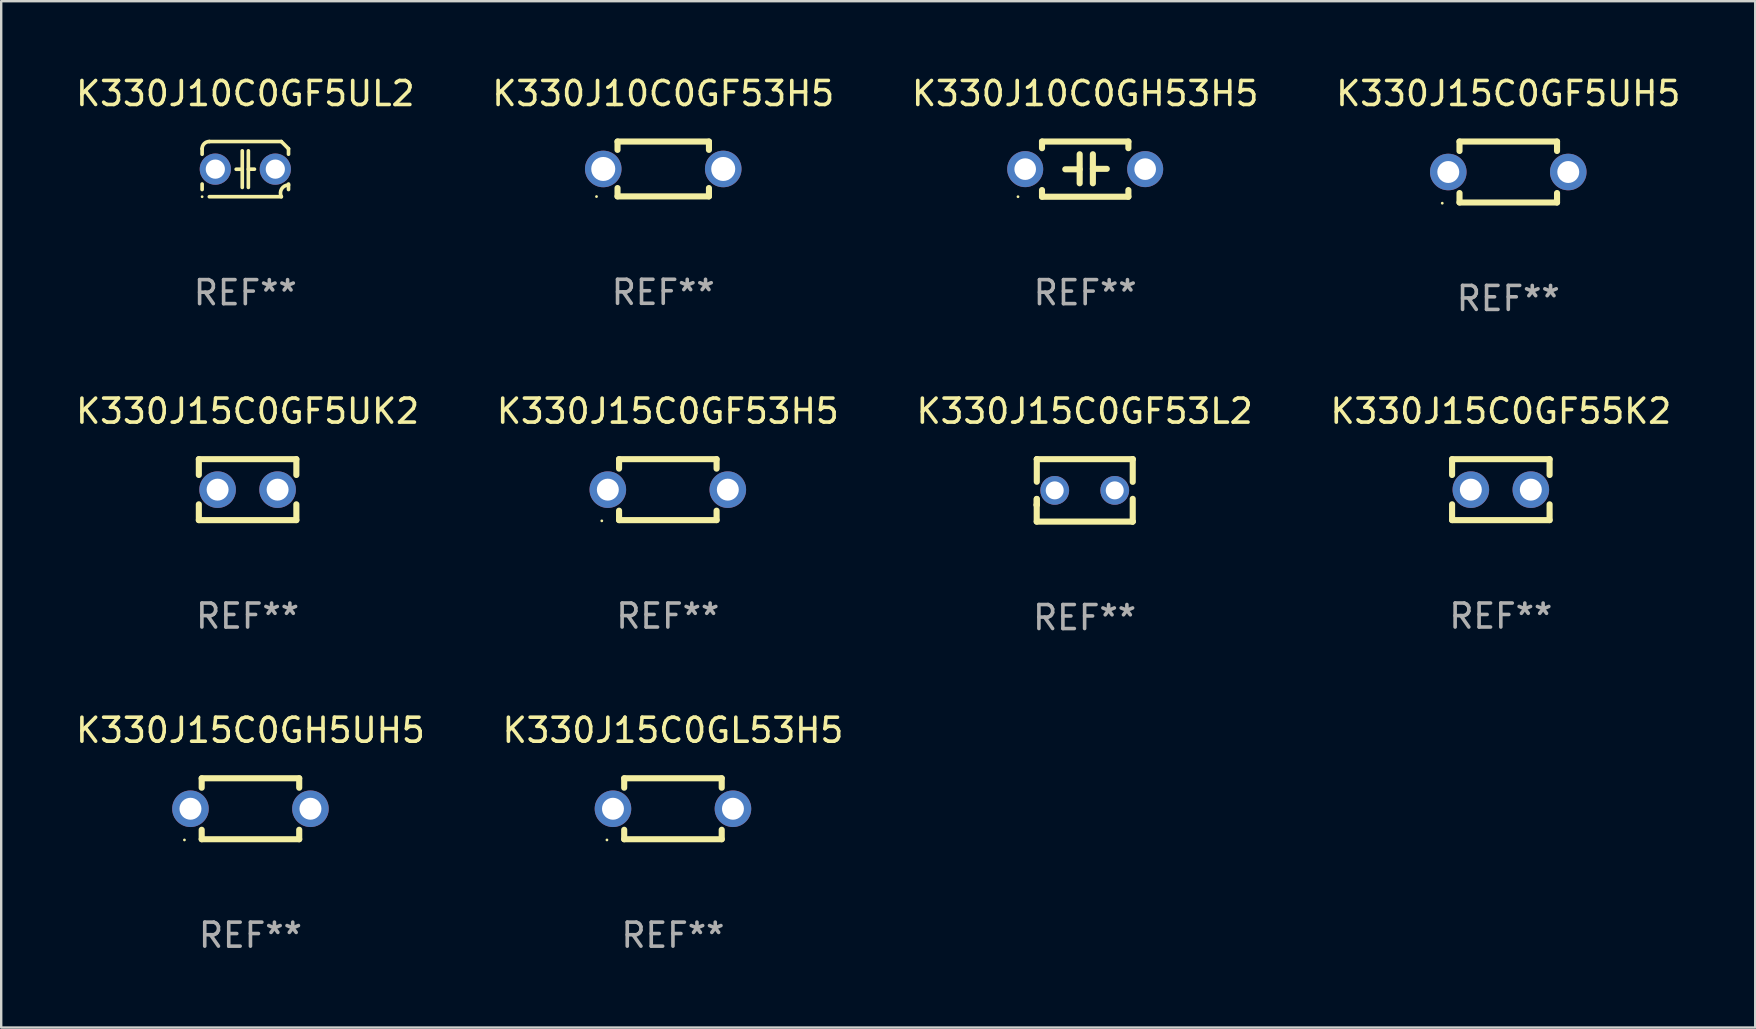
<source format=kicad_pcb>
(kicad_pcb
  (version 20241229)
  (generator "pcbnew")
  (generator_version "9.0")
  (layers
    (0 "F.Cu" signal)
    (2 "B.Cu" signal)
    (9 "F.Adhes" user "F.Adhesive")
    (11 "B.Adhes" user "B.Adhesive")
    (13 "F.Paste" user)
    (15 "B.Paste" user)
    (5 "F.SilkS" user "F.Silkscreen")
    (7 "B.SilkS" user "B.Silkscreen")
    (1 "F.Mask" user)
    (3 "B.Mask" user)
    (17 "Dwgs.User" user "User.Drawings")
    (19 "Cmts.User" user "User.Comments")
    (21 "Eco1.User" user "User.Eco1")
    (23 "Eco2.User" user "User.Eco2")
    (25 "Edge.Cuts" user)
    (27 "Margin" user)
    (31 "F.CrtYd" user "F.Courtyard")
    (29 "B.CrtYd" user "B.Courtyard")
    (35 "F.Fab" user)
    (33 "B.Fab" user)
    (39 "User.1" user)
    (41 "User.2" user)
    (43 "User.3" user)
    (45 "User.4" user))
  (footprint "K330J15C0GF5UK2"
    (layer "F.Cu")
    (at 7.268 17.355)
    (property "Reference" "K330J15C0GF5UK2" (at 0 -3.27 0) (layer "F.SilkS") (effects (font (size 1 1) (thickness 0.15))))
    (attr through_hole)
    (fp_line (start -2.032 -1.27) (end -2.032 -0.611) (stroke (width 0.254) (type solid)) (layer "F.SilkS"))
    (fp_line (start -2.032 0.611) (end -2.032 1.27) (stroke (width 0.254) (type solid)) (layer "F.SilkS"))
    (fp_line (start -2.032 1.27) (end 2.032 1.27) (stroke (width 0.254) (type solid)) (layer "F.SilkS"))
    (fp_line (start 2.032 -1.27) (end -2.032 -1.27) (stroke (width 0.254) (type solid)) (layer "F.SilkS"))
    (fp_line (start 2.032 -0.611) (end 2.032 -1.27) (stroke (width 0.254) (type solid)) (layer "F.SilkS"))
    (fp_line (start 2.032 1.27) (end 2.032 0.611) (stroke (width 0.254) (type solid)) (layer "F.SilkS"))
    (fp_circle (center -2 1.3) (end -1.97 1.3) (stroke (width 0.06) (type solid)) (fill no) (layer "F.SilkS"))
    (fp_text user "REF**" (at 0 5.27 0) (layer "F.Fab") (effects (font (size 1 1) (thickness 0.15))))
    (pad "1" thru_hole circle (at -1.25 0) (size 1.524 1.524) (drill 0.914) (layers "*.Cu" "*.Mask"))
    (pad "2" thru_hole circle (at 1.25 0) (size 1.524 1.524) (drill 0.914) (layers "*.Cu" "*.Mask")))
  (footprint "K330J15C0GF53L2"
    (layer "F.Cu")
    (at 42.149 17.386)
    (property "Reference" "K330J15C0GF53L2" (at 0 -3.301 0) (layer "F.SilkS") (effects (font (size 1 1) (thickness 0.15))))
    (attr through_hole)
    (fp_line (start -1.996 0.354) (end -1.996 1.301) (stroke (width 0.254) (type solid)) (layer "F.SilkS"))
    (fp_line (start -1.996 1.301) (end 2.002 1.301) (stroke (width 0.254) (type solid)) (layer "F.SilkS"))
    (fp_line (start -1.993 -1.299) (end -1.993 -0.36) (stroke (width 0.254) (type solid)) (layer "F.SilkS"))
    (fp_line (start -1.993 0.358) (end -1.993 0.599) (stroke (width 0.254) (type solid)) (layer "F.SilkS"))
    (fp_line (start -1.993 0.599) (end -2.005 0.61) (stroke (width 0.254) (type solid)) (layer "F.SilkS"))
    (fp_line (start -1.992 -1.301) (end -1.993 -1.299) (stroke (width 0.254) (type solid)) (layer "F.SilkS"))
    (fp_line (start 2.002 1.301) (end 2.005 1.298) (stroke (width 0.254) (type solid)) (layer "F.SilkS"))
    (fp_line (start 2.003 -1.301) (end -1.992 -1.301) (stroke (width 0.254) (type solid)) (layer "F.SilkS"))
    (fp_line (start 2.005 -1.299) (end 2.003 -1.301) (stroke (width 0.254) (type solid)) (layer "F.SilkS"))
    (fp_line (start 2.005 -0.355) (end 2.005 -1.299) (stroke (width 0.254) (type solid)) (layer "F.SilkS"))
    (fp_line (start 2.005 1.298) (end 2.005 0.352) (stroke (width 0.254) (type solid)) (layer "F.SilkS"))
    (fp_circle (center -1.996 1.299) (end -1.966 1.299) (stroke (width 0.06) (type solid)) (fill no) (layer "F.SilkS"))
    (fp_text user "REF**" (at 0 5.301 0) (layer "F.Fab") (effects (font (size 1 1) (thickness 0.15))))
    (pad "1" thru_hole circle (at -1.246 -0.001) (size 1.2 1.2) (drill 0.75) (layers "*.Cu" "*.Mask"))
    (pad "2" thru_hole circle (at 1.255 -0.001) (size 1.2 1.2) (drill 0.75) (layers "*.Cu" "*.Mask")))
  (footprint "K330J10C0GF53H5"
    (layer "F.Cu")
    (at 24.589 3.991)
    (property "Reference" "K330J10C0GF53H5" (at 0 -3.143 0) (layer "F.SilkS") (effects (font (size 1 1) (thickness 0.15))))
    (attr through_hole)
    (fp_line (start -1.905 -1.143) (end 1.905 -1.143) (stroke (width 0.254) (type solid)) (layer "F.SilkS"))
    (fp_line (start -1.905 -0.795) (end -1.905 -1.143) (stroke (width 0.254) (type solid)) (layer "F.SilkS"))
    (fp_line (start -1.905 1.143) (end -1.905 0.795) (stroke (width 0.254) (type solid)) (layer "F.SilkS"))
    (fp_line (start 1.905 -1.143) (end 1.905 -0.795) (stroke (width 0.254) (type solid)) (layer "F.SilkS"))
    (fp_line (start 1.905 0.795) (end 1.905 1.143) (stroke (width 0.254) (type solid)) (layer "F.SilkS"))
    (fp_line (start 1.905 1.143) (end -1.905 1.143) (stroke (width 0.254) (type solid)) (layer "F.SilkS"))
    (fp_circle (center -2.781 1.15) (end -2.751 1.15) (stroke (width 0.06) (type solid)) (fill no) (layer "F.SilkS"))
    (fp_text user "REF**" (at 0 5.143 0) (layer "F.Fab") (effects (font (size 1 1) (thickness 0.15))))
    (pad "1" thru_hole circle (at -2.5 0) (size 1.524 1.524) (drill 1) (layers "*.Cu" "*.Mask"))
    (pad "2" thru_hole circle (at 2.5 0) (size 1.524 1.524) (drill 1) (layers "*.Cu" "*.Mask")))
  (footprint "K330J10C0GF5UL2"
    (layer "F.Cu")
    (at 7.173 3.998)
    (property "Reference" "K330J10C0GF5UL2" (at 0 -3.15 0) (layer "F.SilkS") (effects (font (size 1 1) (thickness 0.15))))
    (attr through_hole)
    (fp_line (start -1.8 -0.621) (end -1.8 -0.85) (stroke (width 0.152) (type solid)) (layer "F.SilkS"))
    (fp_line (start -1.8 0.85) (end -1.8 0.621) (stroke (width 0.152) (type solid)) (layer "F.SilkS"))
    (fp_line (start -1.5 -1.15) (end 1.5 -1.15) (stroke (width 0.152) (type solid)) (layer "F.SilkS"))
    (fp_line (start -0.127 -0.762) (end -0.127 0.762) (stroke (width 0.152) (type solid)) (layer "F.SilkS"))
    (fp_line (start -0.127 0.005) (end -0.381 0.005) (stroke (width 0.152) (type solid)) (layer "F.SilkS"))
    (fp_line (start 0.127 -0.762) (end 0.127 0.762) (stroke (width 0.152) (type solid)) (layer "F.SilkS"))
    (fp_line (start 0.127 0.002) (end 0.381 0.002) (stroke (width 0.152) (type solid)) (layer "F.SilkS"))
    (fp_line (start 1.5 1.15) (end -1.5 1.15) (stroke (width 0.152) (type solid)) (layer "F.SilkS"))
    (fp_line (start 1.8 -0.85) (end 1.8 -0.621) (stroke (width 0.152) (type solid)) (layer "F.SilkS"))
    (fp_line (start 1.8 0.621) (end 1.8 0.85) (stroke (width 0.152) (type solid)) (layer "F.SilkS"))
    (fp_arc (start -1.799975 -0.849987) (mid -1.712107 -1.062119) (end -1.499975 -1.149987) (stroke (width 0.151994) (type solid)) (layer "F.SilkS"))
    (fp_arc (start 1.499975 1.149987) (mid 1.513726 0.822359) (end 1.799975 0.662387) (stroke (width 0.151994) (type solid)) (layer "F.SilkS"))
    (fp_arc (start 1.500001 -1.149986) (mid 1.650015 -1.000001) (end 1.8 -0.849987) (stroke (width 0.151994) (type solid)) (layer "F.SilkS"))
    (fp_circle (center -1.8 1.15) (end -1.77 1.15) (stroke (width 0.06) (type solid)) (fill no) (layer "F.SilkS"))
    (fp_text user "REF**" (at 0 5.15 0) (layer "F.Fab") (effects (font (size 1 1) (thickness 0.15))))
    (pad "1" thru_hole circle (at -1.25 0) (size 1.3 1.3) (drill 0.8) (layers "*.Cu" "*.Mask"))
    (pad "2" thru_hole circle (at 1.25 0) (size 1.3 1.3) (drill 0.8) (layers "*.Cu" "*.Mask")))
  (footprint "K330J15C0GF55K2"
    (layer "F.Cu")
    (at 59.494 17.355)
    (property "Reference" "K330J15C0GF55K2" (at 0 -3.27 0) (layer "F.SilkS") (effects (font (size 1 1) (thickness 0.15))))
    (attr through_hole)
    (fp_line (start -2.032 -1.27) (end -2.032 -0.611) (stroke (width 0.254) (type solid)) (layer "F.SilkS"))
    (fp_line (start -2.032 0.611) (end -2.032 1.27) (stroke (width 0.254) (type solid)) (layer "F.SilkS"))
    (fp_line (start -2.032 1.27) (end 2.032 1.27) (stroke (width 0.254) (type solid)) (layer "F.SilkS"))
    (fp_line (start 2.032 -1.27) (end -2.032 -1.27) (stroke (width 0.254) (type solid)) (layer "F.SilkS"))
    (fp_line (start 2.032 -0.611) (end 2.032 -1.27) (stroke (width 0.254) (type solid)) (layer "F.SilkS"))
    (fp_line (start 2.032 1.27) (end 2.032 0.611) (stroke (width 0.254) (type solid)) (layer "F.SilkS"))
    (fp_circle (center -2 1.3) (end -1.97 1.3) (stroke (width 0.06) (type solid)) (fill no) (layer "F.SilkS"))
    (fp_text user "REF**" (at 0 5.27 0) (layer "F.Fab") (effects (font (size 1 1) (thickness 0.15))))
    (pad "1" thru_hole circle (at -1.25 0) (size 1.524 1.524) (drill 0.914) (layers "*.Cu" "*.Mask"))
    (pad "2" thru_hole circle (at 1.25 0) (size 1.524 1.524) (drill 0.914) (layers "*.Cu" "*.Mask")))
  (footprint "K330J15C0GF53H5"
    (layer "F.Cu")
    (at 24.78 17.355)
    (property "Reference" "K330J15C0GF53H5" (at 0 -3.27 0) (layer "F.SilkS") (effects (font (size 1 1) (thickness 0.15))))
    (attr through_hole)
    (fp_line (start -2.032 -1.27) (end -2.032 -0.876) (stroke (width 0.254) (type solid)) (layer "F.SilkS"))
    (fp_line (start -2.032 0.876) (end -2.032 1.27) (stroke (width 0.254) (type solid)) (layer "F.SilkS"))
    (fp_line (start -2.032 1.27) (end 2.032 1.27) (stroke (width 0.254) (type solid)) (layer "F.SilkS"))
    (fp_line (start 2.032 -1.27) (end -2.032 -1.27) (stroke (width 0.254) (type solid)) (layer "F.SilkS"))
    (fp_line (start 2.032 -0.876) (end 2.032 -1.27) (stroke (width 0.254) (type solid)) (layer "F.SilkS"))
    (fp_line (start 2.032 1.27) (end 2.032 0.876) (stroke (width 0.254) (type solid)) (layer "F.SilkS"))
    (fp_circle (center -2.751 1.3) (end -2.721 1.3) (stroke (width 0.06) (type solid)) (fill no) (layer "F.SilkS"))
    (fp_text user "REF**" (at 0 5.27 0) (layer "F.Fab") (effects (font (size 1 1) (thickness 0.15))))
    (pad "1" thru_hole circle (at -2.5 0) (size 1.524 1.524) (drill 0.914) (layers "*.Cu" "*.Mask"))
    (pad "2" thru_hole circle (at 2.5 0) (size 1.524 1.524) (drill 0.914) (layers "*.Cu" "*.Mask")))
  (footprint "K330J10C0GH53H5"
    (layer "F.Cu")
    (at 42.173 3.998)
    (property "Reference" "K330J10C0GH53H5" (at 0 -3.15 0) (layer "F.SilkS") (effects (font (size 1 1) (thickness 0.15))))
    (attr through_hole)
    (fp_line (start -1.8 -1.15) (end -1.8 -0.872) (stroke (width 0.254) (type solid)) (layer "F.SilkS"))
    (fp_line (start -1.8 -1.15) (end 1.8 -1.15) (stroke (width 0.254) (type solid)) (layer "F.SilkS"))
    (fp_line (start -1.8 0.872) (end -1.8 1.15) (stroke (width 0.254) (type solid)) (layer "F.SilkS"))
    (fp_line (start -1.8 1.15) (end 1.8 1.15) (stroke (width 0.254) (type solid)) (layer "F.SilkS"))
    (fp_line (start -0.23 -0.62) (end -0.23 0.59) (stroke (width 0.254) (type solid)) (layer "F.SilkS"))
    (fp_line (start -0.23 0.007) (end -0.83 0.007) (stroke (width 0.254) (type solid)) (layer "F.SilkS"))
    (fp_line (start 0.32 -0.62) (end 0.32 0.59) (stroke (width 0.254) (type solid)) (layer "F.SilkS"))
    (fp_line (start 0.32 -0.012) (end 0.9 -0.012) (stroke (width 0.254) (type solid)) (layer "F.SilkS"))
    (fp_line (start 1.8 -1.15) (end 1.8 -0.872) (stroke (width 0.254) (type solid)) (layer "F.SilkS"))
    (fp_line (start 1.8 0.872) (end 1.8 1.15) (stroke (width 0.254) (type solid)) (layer "F.SilkS"))
    (fp_circle (center -2.8 1.15) (end -2.77 1.15) (stroke (width 0.06) (type solid)) (fill no) (layer "F.SilkS"))
    (fp_text user "REF**" (at 0 5.15 0) (layer "F.Fab") (effects (font (size 1 1) (thickness 0.15))))
    (pad "1" thru_hole circle (at -2.5 0) (size 1.5 1.5) (drill 0.9) (layers "*.Cu" "*.Mask"))
    (pad "2" thru_hole circle (at 2.5 0) (size 1.5 1.5) (drill 0.9) (layers "*.Cu" "*.Mask")))
  (footprint "K330J15C0GL53H5"
    (layer "F.Cu")
    (at 24.994 30.653)
    (property "Reference" "K330J15C0GL53H5" (at 0 -3.27 0) (layer "F.SilkS") (effects (font (size 1 1) (thickness 0.15))))
    (attr through_hole)
    (fp_line (start -2.032 -1.27) (end -2.032 -0.876) (stroke (width 0.254) (type solid)) (layer "F.SilkS"))
    (fp_line (start -2.032 0.876) (end -2.032 1.27) (stroke (width 0.254) (type solid)) (layer "F.SilkS"))
    (fp_line (start -2.032 1.27) (end 2.032 1.27) (stroke (width 0.254) (type solid)) (layer "F.SilkS"))
    (fp_line (start 2.032 -1.27) (end -2.032 -1.27) (stroke (width 0.254) (type solid)) (layer "F.SilkS"))
    (fp_line (start 2.032 -0.876) (end 2.032 -1.27) (stroke (width 0.254) (type solid)) (layer "F.SilkS"))
    (fp_line (start 2.032 1.27) (end 2.032 0.876) (stroke (width 0.254) (type solid)) (layer "F.SilkS"))
    (fp_circle (center -2.751 1.3) (end -2.721 1.3) (stroke (width 0.06) (type solid)) (fill no) (layer "F.SilkS"))
    (fp_text user "REF**" (at 0 5.27 0) (layer "F.Fab") (effects (font (size 1 1) (thickness 0.15))))
    (pad "1" thru_hole circle (at -2.5 0) (size 1.524 1.524) (drill 0.914) (layers "*.Cu" "*.Mask"))
    (pad "2" thru_hole circle (at 2.5 0) (size 1.524 1.524) (drill 0.914) (layers "*.Cu" "*.Mask")))
  (footprint "K330J15C0GH5UH5"
    (layer "F.Cu")
    (at 7.387 30.653)
    (property "Reference" "K330J15C0GH5UH5" (at 0 -3.27 0) (layer "F.SilkS") (effects (font (size 1 1) (thickness 0.15))))
    (attr through_hole)
    (fp_line (start -2.032 -1.27) (end -2.032 -0.876) (stroke (width 0.254) (type solid)) (layer "F.SilkS"))
    (fp_line (start -2.032 0.876) (end -2.032 1.27) (stroke (width 0.254) (type solid)) (layer "F.SilkS"))
    (fp_line (start -2.032 1.27) (end 2.032 1.27) (stroke (width 0.254) (type solid)) (layer "F.SilkS"))
    (fp_line (start 2.032 -1.27) (end -2.032 -1.27) (stroke (width 0.254) (type solid)) (layer "F.SilkS"))
    (fp_line (start 2.032 -0.876) (end 2.032 -1.27) (stroke (width 0.254) (type solid)) (layer "F.SilkS"))
    (fp_line (start 2.032 1.27) (end 2.032 0.876) (stroke (width 0.254) (type solid)) (layer "F.SilkS"))
    (fp_circle (center -2.751 1.3) (end -2.721 1.3) (stroke (width 0.06) (type solid)) (fill no) (layer "F.SilkS"))
    (fp_text user "REF**" (at 0 5.27 0) (layer "F.Fab") (effects (font (size 1 1) (thickness 0.15))))
    (pad "1" thru_hole circle (at -2.5 0) (size 1.524 1.524) (drill 0.914) (layers "*.Cu" "*.Mask"))
    (pad "2" thru_hole circle (at 2.5 0) (size 1.524 1.524) (drill 0.914) (layers "*.Cu" "*.Mask")))
  (footprint "K330J15C0GF5UH5"
    (layer "F.Cu")
    (at 59.804 4.118)
    (property "Reference" "K330J15C0GF5UH5" (at 0 -3.27 0) (layer "F.SilkS") (effects (font (size 1 1) (thickness 0.15))))
    (attr through_hole)
    (fp_line (start -2.032 -1.27) (end -2.032 -0.876) (stroke (width 0.254) (type solid)) (layer "F.SilkS"))
    (fp_line (start -2.032 0.876) (end -2.032 1.27) (stroke (width 0.254) (type solid)) (layer "F.SilkS"))
    (fp_line (start -2.032 1.27) (end 2.032 1.27) (stroke (width 0.254) (type solid)) (layer "F.SilkS"))
    (fp_line (start 2.032 -1.27) (end -2.032 -1.27) (stroke (width 0.254) (type solid)) (layer "F.SilkS"))
    (fp_line (start 2.032 -0.876) (end 2.032 -1.27) (stroke (width 0.254) (type solid)) (layer "F.SilkS"))
    (fp_line (start 2.032 1.27) (end 2.032 0.876) (stroke (width 0.254) (type solid)) (layer "F.SilkS"))
    (fp_circle (center -2.751 1.3) (end -2.721 1.3) (stroke (width 0.06) (type solid)) (fill no) (layer "F.SilkS"))
    (fp_text user "REF**" (at 0 5.27 0) (layer "F.Fab") (effects (font (size 1 1) (thickness 0.15))))
    (pad "1" thru_hole circle (at -2.5 0) (size 1.524 1.524) (drill 0.914) (layers "*.Cu" "*.Mask"))
    (pad "2" thru_hole circle (at 2.5 0) (size 1.524 1.524) (drill 0.914) (layers "*.Cu" "*.Mask")))
  (gr_rect
    (start -3 -3)
    (end 70.095 39.771)
    (stroke (width 0.1) (type default))
    (fill no)
    (layer "Edge.Cuts")))
</source>
